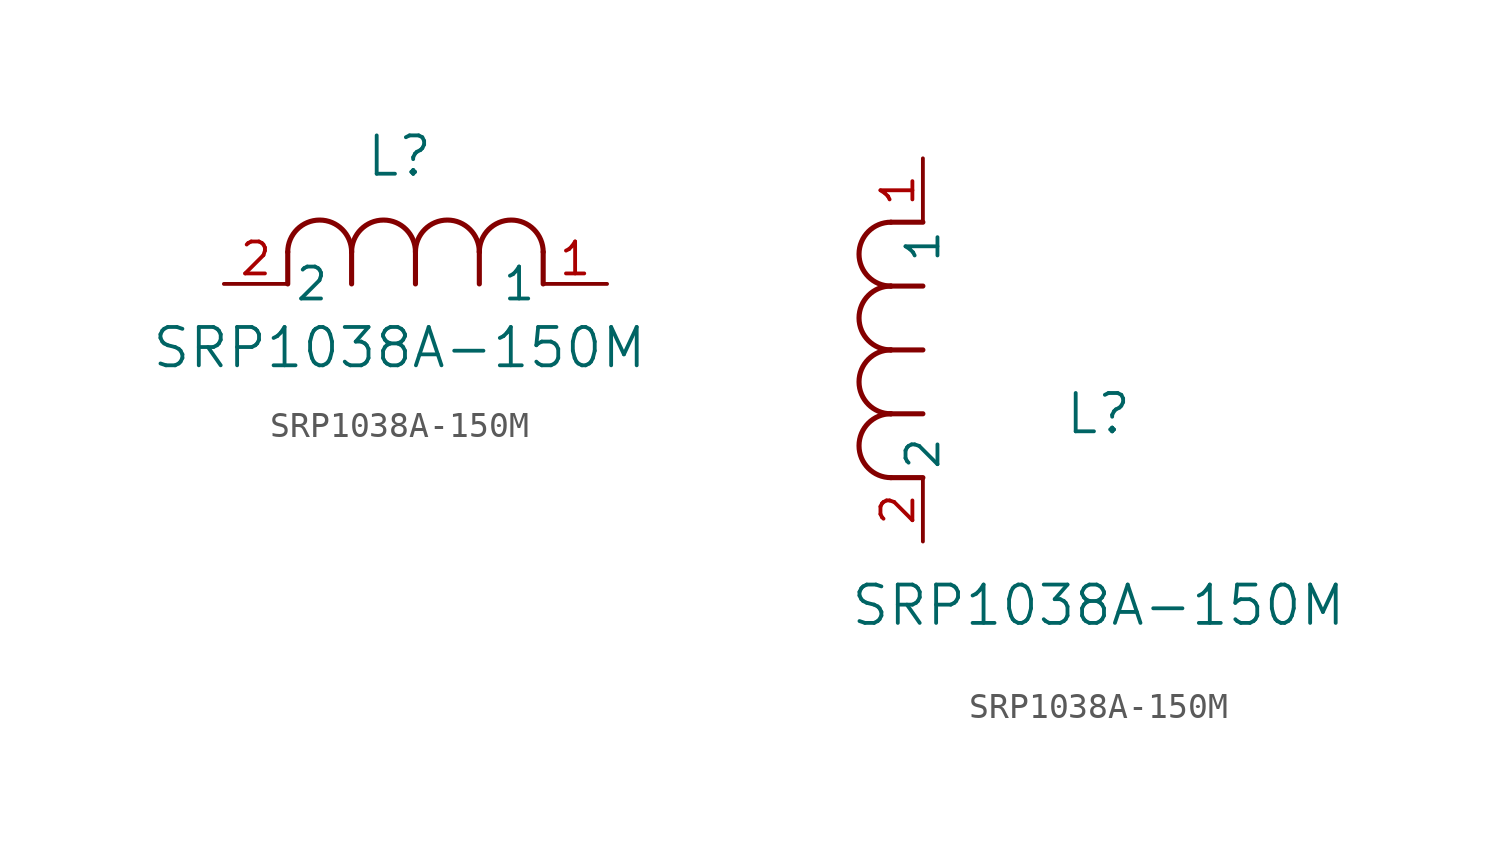
<source format=kicad_sym>
(kicad_symbol_lib
  (version 20211014)
  (generator kicad_symbol_editor)
  (symbol "SRP1038A-150M"
    (pin_names
      (offset 0.254))
    (property "Reference" "L"
      (at 6.985 5.08 0)
      (effects (font (size 1.524 1.524))))
    (property "Value" "SRP1038A-150M"
      (at 6.985 -2.54 0)
      (effects (font (size 1.524 1.524))))
    (symbol "SRP1038A-150M_1_1"
      (arc (start 7.62 1.27) (mid 6.35 2.54) (end 5.08 1.27) (stroke (width 0.2032) (type default) (color 0 0 0 0)) (fill (type none)))
      (polyline (pts (xy 5.08 0) (xy 5.08 1.27)) (stroke (width 0.203) (type default) (color 0 0 0 0)) (fill (type none)))
      (polyline (pts (xy 7.62 0) (xy 7.62 1.27)) (stroke (width 0.203) (type default) (color 0 0 0 0)) (fill (type none)))
      (polyline (pts (xy 12.7 0) (xy 12.7 1.27)) (stroke (width 0.203) (type default) (color 0 0 0 0)) (fill (type none)))
      (arc (start 5.08 1.27) (mid 3.81 2.54) (end 2.54 1.27) (stroke (width 0.2032) (type default) (color 0 0 0 0)) (fill (type none)))
      (arc (start 10.16 1.27) (mid 8.89 2.54) (end 7.62 1.27) (stroke (width 0.2032) (type default) (color 0 0 0 0)) (fill (type none)))
      (arc (start 12.7 1.27) (mid 11.43 2.54) (end 10.16 1.27) (stroke (width 0.2032) (type default) (color 0 0 0 0)) (fill (type none)))
      (polyline (pts (xy 2.54 0) (xy 2.54 1.27)) (stroke (width 0.203) (type default) (color 0 0 0 0)) (fill (type none)))
      (polyline (pts (xy 10.16 0) (xy 10.16 1.27)) (stroke (width 0.203) (type default) (color 0 0 0 0)) (fill (type none)))
      (pin unspecified line (at 0 0 0) (length 2.54) (name "2" (effects (font (size 1.27 1.27)))) (number "2" (effects (font (size 1.27 1.27)))))
      (pin unspecified line (at 15.24 0 180) (length 2.54) (name "1" (effects (font (size 1.27 1.27)))) (number "1" (effects (font (size 1.27 1.27))))))
    (symbol "SRP1038A-150M_1_2"
      (arc (start -1.27 7.62) (mid -2.54 6.35) (end -1.27 5.08) (stroke (width 0.2032) (type default) (color 0 0 0 0)) (fill (type none)))
      (arc (start -1.27 5.08) (mid -2.54 3.81) (end -1.27 2.54) (stroke (width 0.2032) (type default) (color 0 0 0 0)) (fill (type none)))
      (arc (start -1.27 12.7) (mid -2.54 11.43) (end -1.27 10.16) (stroke (width 0.2032) (type default) (color 0 0 0 0)) (fill (type none)))
      (arc (start -1.27 10.16) (mid -2.54 8.89) (end -1.27 7.62) (stroke (width 0.2032) (type default) (color 0 0 0 0)) (fill (type none)))
      (polyline (pts (xy 0 7.62) (xy -1.27 7.62)) (stroke (width 0.203) (type default) (color 0 0 0 0)) (fill (type none)))
      (polyline (pts (xy 0 5.08) (xy -1.27 5.08)) (stroke (width 0.203) (type default) (color 0 0 0 0)) (fill (type none)))
      (polyline (pts (xy 0 12.7) (xy -1.27 12.7)) (stroke (width 0.203) (type default) (color 0 0 0 0)) (fill (type none)))
      (polyline (pts (xy 0 2.54) (xy -1.27 2.54)) (stroke (width 0.203) (type default) (color 0 0 0 0)) (fill (type none)))
      (polyline (pts (xy 0 10.16) (xy -1.27 10.16)) (stroke (width 0.203) (type default) (color 0 0 0 0)) (fill (type none)))
      (pin unspecified line (at 0 0 90) (length 2.54) (name "2" (effects (font (size 1.27 1.27)))) (number "2" (effects (font (size 1.27 1.27)))))
      (pin unspecified line (at 0 15.24 270) (length 2.54) (name "1" (effects (font (size 1.27 1.27)))) (number "1" (effects (font (size 1.27 1.27))))))))
</source>
